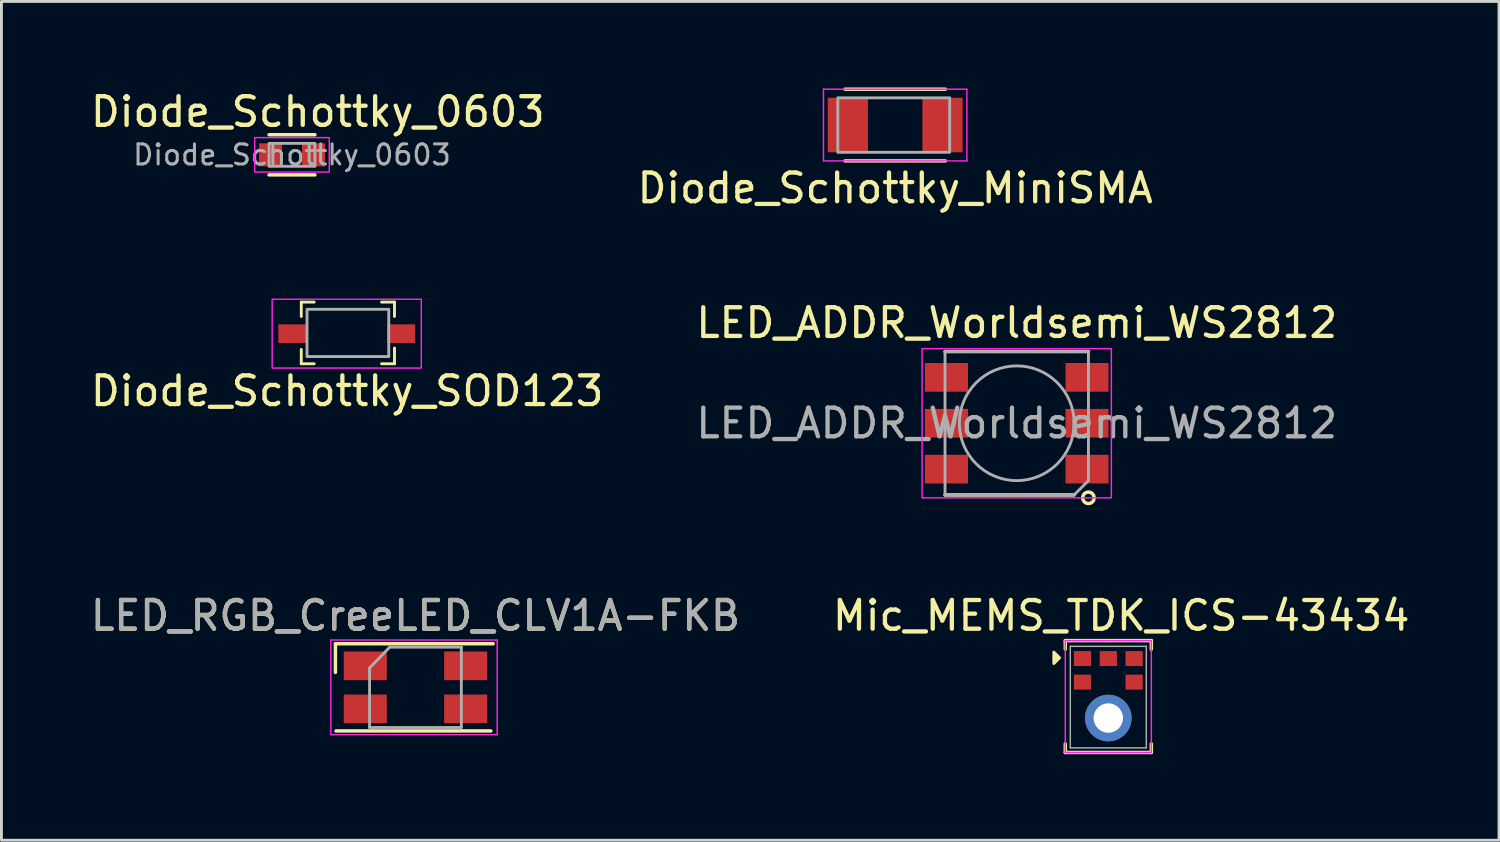
<source format=kicad_pcb>
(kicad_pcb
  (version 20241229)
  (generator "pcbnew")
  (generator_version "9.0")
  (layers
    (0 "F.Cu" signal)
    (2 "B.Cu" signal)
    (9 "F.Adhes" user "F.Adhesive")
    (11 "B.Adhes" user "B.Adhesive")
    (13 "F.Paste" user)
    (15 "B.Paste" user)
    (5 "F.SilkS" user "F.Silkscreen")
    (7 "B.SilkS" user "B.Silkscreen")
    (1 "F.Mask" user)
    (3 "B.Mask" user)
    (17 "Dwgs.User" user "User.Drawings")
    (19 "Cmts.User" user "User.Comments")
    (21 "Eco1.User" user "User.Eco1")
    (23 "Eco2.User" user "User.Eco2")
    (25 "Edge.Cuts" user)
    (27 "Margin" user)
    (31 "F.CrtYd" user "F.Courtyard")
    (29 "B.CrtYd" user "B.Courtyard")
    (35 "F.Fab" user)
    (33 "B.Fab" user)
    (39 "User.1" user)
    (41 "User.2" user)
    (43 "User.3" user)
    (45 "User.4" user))
  (footprint "LED_ADDR_Worldsemi_WS2812"
    (layer "F.Cu")
    (at 32.399 11.707)
    (property "Reference" "LED_ADDR_Worldsemi_WS2812" (at 0 -3.5 0) (unlocked yes) (layer "F.SilkS") (effects (font (size 1 1) (thickness 0.15))))
    (attr smd)
    (fp_line (start -2.5 2.5) (end 2 2.5) (stroke (width 0.12) (type default)) (layer "F.SilkS"))
    (fp_line (start 2.5 -2.5) (end -2.5 -2.5) (stroke (width 0.12) (type default)) (layer "F.SilkS"))
    (fp_circle (center 2.5 2.6) (end 2.7 2.6) (stroke (width 0.12) (type solid)) (fill no) (layer "F.SilkS"))
    (fp_rect (start -3.3 -2.6) (end 3.3 2.6) (stroke (width 0.05) (type default)) (fill no) (layer "F.CrtYd"))
    (fp_line (start -2.5 -2.5) (end -2.5 2.5) (stroke (width 0.1) (type default)) (layer "F.Fab"))
    (fp_line (start -2.5 -2.5) (end 2.5 -2.5) (stroke (width 0.1) (type default)) (layer "F.Fab"))
    (fp_line (start 2 2.5) (end -2.5 2.5) (stroke (width 0.1) (type default)) (layer "F.Fab"))
    (fp_line (start 2.5 -2.5) (end 2.5 2) (stroke (width 0.1) (type default)) (layer "F.Fab"))
    (fp_line (start 2.5 2) (end 2 2.5) (stroke (width 0.1) (type default)) (layer "F.Fab"))
    (fp_circle (center 0 0) (end 0 2) (stroke (width 0.1) (type default)) (fill no) (layer "F.Fab"))
    (fp_text user "${REFERENCE}" (at 0 0 0) (unlocked yes) (layer "F.Fab") (effects (font (size 1 1) (thickness 0.15))))
    (pad "1" smd rect (at 1.7 2.1) (size 1.5 1) (drill (offset 0.75 -0.5)) (layers "F.Cu" "F.Mask" "F.Paste"))
    (pad "2" smd rect (at 1.7 0) (size 1.5 1) (drill (offset 0.75 0)) (layers "F.Cu" "F.Mask" "F.Paste"))
    (pad "3" smd rect (at 1.7 -2.1) (size 1.5 1) (drill (offset 0.75 0.5)) (layers "F.Cu" "F.Mask" "F.Paste"))
    (pad "4" smd rect (at -1.7 -2.1) (size 1.5 1) (drill (offset -0.75 0.5)) (layers "F.Cu" "F.Mask" "F.Paste"))
    (pad "5" smd rect (at -1.7 0) (size 1.5 1) (drill (offset -0.75 0)) (layers "F.Cu" "F.Mask" "F.Paste"))
    (pad "6" smd rect (at -1.7 2.1) (size 1.5 1) (drill (offset -0.75 -0.5)) (layers "F.Cu" "F.Mask" "F.Paste")))
  (footprint "LED_RGB_CreeLED_CLV1A-FKB"
    (layer "F.Cu")
    (at 11.435 20.915)
    (property "Reference" "LED_RGB_CreeLED_CLV1A-FKB" (at 0 -2.5 0) (layer "F.SilkS") (effects (font (size 1 1) (thickness 0.15))))
    (attr smd)
    (fp_line (start -2.79 -0.52) (end -2.79 -1.52) (stroke (width 0.12) (type solid)) (layer "F.SilkS"))
    (fp_line (start 2.63 1.52) (end -2.77 1.52) (stroke (width 0.12) (type solid)) (layer "F.SilkS"))
    (fp_line (start 2.71 -1.52) (end -2.79 -1.52) (stroke (width 0.12) (type solid)) (layer "F.SilkS"))
    (fp_line (start -2.95 -1.65) (end -2.95 1.65) (stroke (width 0.05) (type solid)) (layer "F.CrtYd"))
    (fp_line (start -2.95 1.65) (end 2.85 1.65) (stroke (width 0.05) (type solid)) (layer "F.CrtYd"))
    (fp_line (start 2.85 -1.65) (end -2.95 -1.65) (stroke (width 0.05) (type solid)) (layer "F.CrtYd"))
    (fp_line (start 2.85 1.65) (end 2.85 -1.65) (stroke (width 0.05) (type solid)) (layer "F.CrtYd"))
    (fp_line (start -1.6 -0.675) (end -0.9 -1.4) (stroke (width 0.1) (type solid)) (layer "F.Fab"))
    (fp_line (start -1.6 1.4) (end -1.6 -0.675) (stroke (width 0.1) (type solid)) (layer "F.Fab"))
    (fp_line (start -0.9 -1.4) (end 1.6 -1.4) (stroke (width 0.1) (type solid)) (layer "F.Fab"))
    (fp_line (start 1.6 -1.4) (end 1.6 1.4) (stroke (width 0.1) (type solid)) (layer "F.Fab"))
    (fp_line (start 1.6 1.4) (end -1.6 1.4) (stroke (width 0.1) (type solid)) (layer "F.Fab"))
    (fp_text user "${REFERENCE}" (at 0 -2.5 0) (layer "F.Fab") (effects (font (size 1 1) (thickness 0.15))))
    (pad "1" smd rect (at -1.75 -0.75 180) (size 1.5 1) (layers "F.Cu" "F.Mask" "F.Paste"))
    (pad "2" smd rect (at -1.75 0.75 180) (size 1.5 1) (layers "F.Cu" "F.Mask" "F.Paste"))
    (pad "3" smd rect (at 1.75 0.75 180) (size 1.5 1) (layers "F.Cu" "F.Mask" "F.Paste"))
    (pad "4" smd rect (at 1.75 -0.75 180) (size 1.5 1) (layers "F.Cu" "F.Mask" "F.Paste")))
  (footprint "Diode_Schottky_SOD123"
    (layer "F.Cu")
    (at 9.039 8.583)
    (property "Reference" "Diode_Schottky_SOD123" (at 0.015 2 0) (layer "F.SilkS") (effects (font (size 1 1) (thickness 0.15))))
    (attr through_hole)
    (fp_line (start -1.585 -1.1) (end -1.135 -1.1) (stroke (width 0.1) (type default)) (layer "F.SilkS"))
    (fp_line (start -1.585 -0.6) (end -1.585 -1.1) (stroke (width 0.1) (type default)) (layer "F.SilkS"))
    (fp_line (start -1.585 0.55) (end -1.585 1.05) (stroke (width 0.1) (type default)) (layer "F.SilkS"))
    (fp_line (start -1.585 1.05) (end -1.135 1.05) (stroke (width 0.1) (type default)) (layer "F.SilkS"))
    (fp_line (start 1.215 -1.1) (end 1.665 -1.1) (stroke (width 0.1) (type default)) (layer "F.SilkS"))
    (fp_line (start 1.665 -1.1) (end 1.665 -0.6) (stroke (width 0.1) (type default)) (layer "F.SilkS"))
    (fp_line (start 1.665 0.5) (end 1.665 1.05) (stroke (width 0.1) (type default)) (layer "F.SilkS"))
    (fp_line (start 1.665 1.05) (end 1.215 1.05) (stroke (width 0.1) (type default)) (layer "F.SilkS"))
    (fp_rect (start -2.6 -1.2) (end 2.6 1.2) (stroke (width 0.05) (type default)) (fill no) (layer "F.CrtYd"))
    (fp_rect (start -1.385 -0.85) (end 1.465 0.8) (stroke (width 0.1) (type default)) (fill no) (layer "F.Fab"))
    (pad "1" smd rect (at -1.9 0) (size 0.97 0.65) (layers "F.Cu" "F.Mask" "F.Paste"))
    (pad "2" smd rect (at 1.9 0) (size 0.97 0.65) (layers "F.Cu" "F.Mask" "F.Paste")))
  (footprint "Diode_Schottky_0603"
    (layer "F.Cu")
    (at 7.13 2.348)
    (property "Reference" "Diode_Schottky_0603" (at 0.9 -1.5 0) (layer "F.SilkS") (effects (font (size 1 1) (thickness 0.15))))
    (attr smd)
    (fp_line (start -0.8 -0.7) (end 0.8 -0.7) (stroke (width 0.12) (type solid)) (layer "F.SilkS"))
    (fp_line (start 0.8 0.7) (end -0.8 0.7) (stroke (width 0.12) (type solid)) (layer "F.SilkS"))
    (fp_rect (start -1.3 -0.6) (end 1.3 0.6) (stroke (width 0.05) (type default)) (fill no) (layer "F.CrtYd"))
    (fp_rect (start -0.8 -0.4) (end 0.8 0.4) (stroke (width 0.1) (type default)) (fill no) (layer "F.Fab"))
    (fp_text user "${REFERENCE}" (at 0 0 0) (layer "F.Fab") (effects (font (size 0.7 0.7) (thickness 0.105))))
    (pad "1" smd rect (at -0.75 0) (size 0.8 0.8) (layers "F.Cu" "F.Mask" "F.Paste"))
    (pad "2" smd rect (at 0.75 0) (size 0.8 0.8) (layers "F.Cu" "F.Mask" "F.Paste")))
  (footprint "Mic_MEMS_TDK_ICS-43434"
    (layer "F.Cu")
    (at 35.592 21.185)
    (property "Reference" "Mic_MEMS_TDK_ICS-43434" (at 0.45 -2.77 0) (layer "F.SilkS") (effects (font (size 1 1) (thickness 0.15))))
    (attr smd)
    (fp_line (start -1.5 -1.9) (end -1.5 -1.6) (stroke (width 0.12) (type solid)) (layer "F.SilkS"))
    (fp_line (start -1.5 -1.9) (end 1.5 -1.9) (stroke (width 0.12) (type solid)) (layer "F.SilkS"))
    (fp_line (start -1.5 2) (end -1.5 1.7) (stroke (width 0.12) (type solid)) (layer "F.SilkS"))
    (fp_line (start 1.5 -1.9) (end 1.5 -1.6) (stroke (width 0.12) (type solid)) (layer "F.SilkS"))
    (fp_line (start 1.5 2) (end -1.5 2) (stroke (width 0.12) (type solid)) (layer "F.SilkS"))
    (fp_line (start 1.5 2) (end 1.5 1.7) (stroke (width 0.12) (type solid)) (layer "F.SilkS"))
    (fp_poly (pts (xy -1.7 -1.3) (xy -1.9 -1.5) (xy -1.9 -1.1)) (stroke (width 0.1) (type solid)) (fill yes) (layer "F.SilkS"))
    (fp_line (start -1.5 -1.9) (end 1.5 -1.9) (stroke (width 0.05) (type solid)) (layer "F.CrtYd"))
    (fp_line (start -1.5 2) (end -1.5 -1.9) (stroke (width 0.05) (type solid)) (layer "F.CrtYd"))
    (fp_line (start 1.5 -1.9) (end 1.5 2) (stroke (width 0.05) (type solid)) (layer "F.CrtYd"))
    (fp_line (start 1.5 2) (end -1.5 2) (stroke (width 0.05) (type solid)) (layer "F.CrtYd"))
    (fp_line (start -1.325 -1.7) (end 1.325 -1.7) (stroke (width 0.05) (type solid)) (layer "F.Fab"))
    (fp_line (start -1.325 1.84) (end -1.325 -1.7) (stroke (width 0.05) (type solid)) (layer "F.Fab"))
    (fp_line (start 1.325 -1.7) (end 1.325 1.84) (stroke (width 0.05) (type solid)) (layer "F.Fab"))
    (fp_line (start 1.325 1.84) (end -1.325 1.84) (stroke (width 0.05) (type solid)) (layer "F.Fab"))
    (pad "1" smd rect (at -0.9 -1.274) (size 0.6 0.522) (layers "F.Cu" "F.Mask" "F.Paste"))
    (pad "2" smd rect (at -0.9 -0.452) (size 0.6 0.522) (layers "F.Cu" "F.Mask" "F.Paste"))
    (pad "3" thru_hole circle (at 0 0.8) (size 1.625 1.625) (drill 1.025) (layers "*.Cu" "*.Mask"))
    (pad "4" smd rect (at 0.9 -0.452) (size 0.6 0.522) (layers "F.Cu" "F.Mask" "F.Paste"))
    (pad "5" smd rect (at 0.9 -1.274) (size 0.6 0.522) (layers "F.Cu" "F.Mask" "F.Paste"))
    (pad "6" smd rect (at 0 -1.274) (size 0.6 0.522) (layers "F.Cu" "F.Mask" "F.Paste")))
  (footprint "Diode_Schottky_MiniSMA"
    (layer "F.Cu")
    (at 28.161 1.31)
    (property "Reference" "Diode_Schottky_MiniSMA" (at 0 2.2 0) (layer "F.SilkS") (effects (font (size 1 1) (thickness 0.15))))
    (attr through_hole)
    (fp_line (start -1.75 -1.25) (end 1.75 -1.25) (stroke (width 0.12) (type solid)) (layer "F.SilkS"))
    (fp_line (start -1.75 1.25) (end 1.75 1.25) (stroke (width 0.12) (type solid)) (layer "F.SilkS"))
    (fp_line (start -2.5 -1.25) (end 2.5 -1.25) (stroke (width 0.05) (type solid)) (layer "F.CrtYd"))
    (fp_line (start -2.5 1.25) (end -2.5 -1.25) (stroke (width 0.05) (type solid)) (layer "F.CrtYd"))
    (fp_line (start 2.5 -1.25) (end 2.5 1.25) (stroke (width 0.05) (type solid)) (layer "F.CrtYd"))
    (fp_line (start 2.5 1.25) (end -2.5 1.25) (stroke (width 0.05) (type solid)) (layer "F.CrtYd"))
    (fp_rect (start -2 -0.95) (end 1.9 0.95) (stroke (width 0.1) (type default)) (fill no) (layer "F.Fab"))
    (pad "1" smd rect (at -1.65 0) (size 1.4 1.9) (layers "F.Cu" "F.Mask" "F.Paste"))
    (pad "2" smd rect (at 1.65 0) (size 1.4 1.9) (layers "F.Cu" "F.Mask" "F.Paste")))
  (gr_rect
    (start -3 -3)
    (end 49.214 26.245)
    (stroke (width 0.1) (type default))
    (fill no)
    (layer "Edge.Cuts")))
</source>
